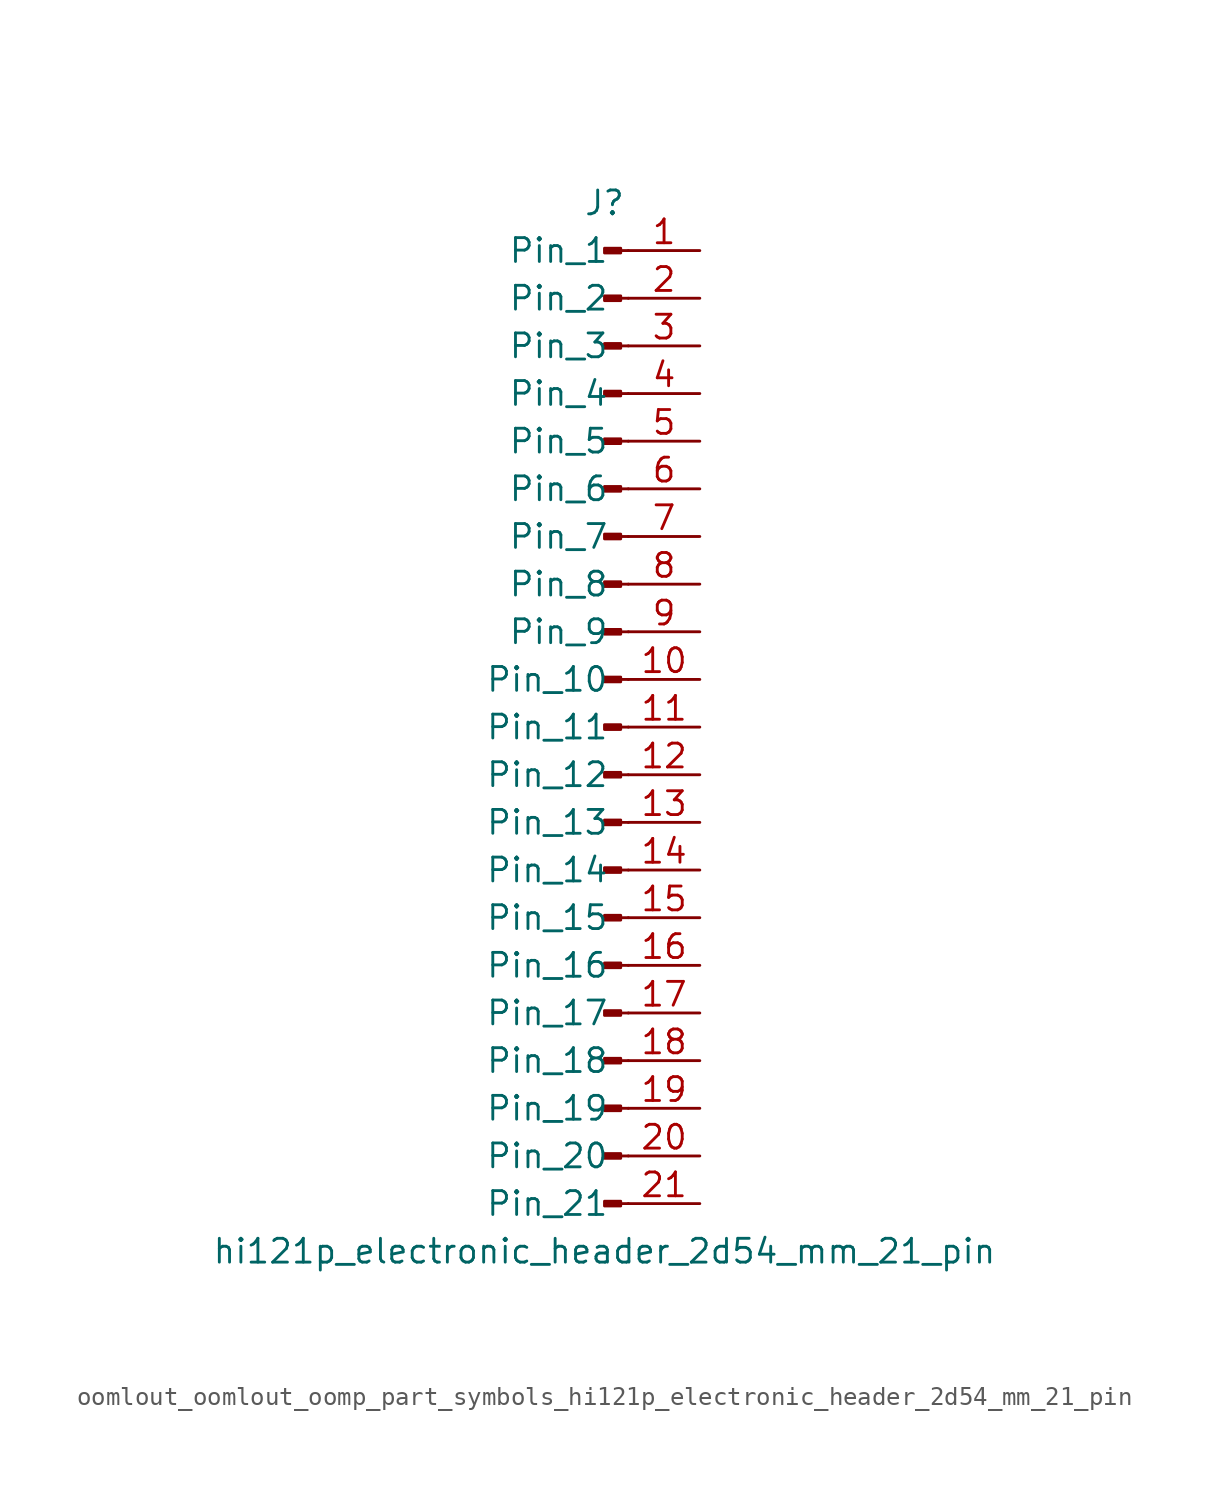
<source format=kicad_sym>
(kicad_symbol_lib
  (version 20220914)
  (generator kicad_symbol_editor)
  (symbol "oomlout_oomlout_oomp_part_symbols_hi121p_electronic_header_2d54_mm_21_pin"
    (pin_names
      (offset 1.016))
    (property "Reference" "J"
      (at 0 27.94 0)
      (effects (font (size 1.27 1.27))))
    (property "Value" "hi121p_electronic_header_2d54_mm_21_pin"
      (at 0 -27.94 0)
      (effects (font (size 1.27 1.27))))
    (property "ki_locked" ""
      (at 0 0 0)
      (effects (font (size 1.27 1.27))))
    (symbol "oomlout_oomlout_oomp_part_symbols_hi121p_electronic_header_2d54_mm_21_pin_1_1"
      (polyline (pts (xy 1.27 -25.4) (xy 0.864 -25.4)) (stroke (width 0.152) (type default)) (fill (type none)))
      (polyline (pts (xy 1.27 -22.86) (xy 0.864 -22.86)) (stroke (width 0.152) (type default)) (fill (type none)))
      (polyline (pts (xy 1.27 -20.32) (xy 0.864 -20.32)) (stroke (width 0.152) (type default)) (fill (type none)))
      (polyline (pts (xy 1.27 -17.78) (xy 0.864 -17.78)) (stroke (width 0.152) (type default)) (fill (type none)))
      (polyline (pts (xy 1.27 -15.24) (xy 0.864 -15.24)) (stroke (width 0.152) (type default)) (fill (type none)))
      (polyline (pts (xy 1.27 -12.7) (xy 0.864 -12.7)) (stroke (width 0.152) (type default)) (fill (type none)))
      (polyline (pts (xy 1.27 -10.16) (xy 0.864 -10.16)) (stroke (width 0.152) (type default)) (fill (type none)))
      (polyline (pts (xy 1.27 -7.62) (xy 0.864 -7.62)) (stroke (width 0.152) (type default)) (fill (type none)))
      (polyline (pts (xy 1.27 -5.08) (xy 0.864 -5.08)) (stroke (width 0.152) (type default)) (fill (type none)))
      (polyline (pts (xy 1.27 -2.54) (xy 0.864 -2.54)) (stroke (width 0.152) (type default)) (fill (type none)))
      (polyline (pts (xy 1.27 0) (xy 0.864 0)) (stroke (width 0.152) (type default)) (fill (type none)))
      (polyline (pts (xy 1.27 2.54) (xy 0.864 2.54)) (stroke (width 0.152) (type default)) (fill (type none)))
      (polyline (pts (xy 1.27 5.08) (xy 0.864 5.08)) (stroke (width 0.152) (type default)) (fill (type none)))
      (polyline (pts (xy 1.27 7.62) (xy 0.864 7.62)) (stroke (width 0.152) (type default)) (fill (type none)))
      (polyline (pts (xy 1.27 10.16) (xy 0.864 10.16)) (stroke (width 0.152) (type default)) (fill (type none)))
      (polyline (pts (xy 1.27 12.7) (xy 0.864 12.7)) (stroke (width 0.152) (type default)) (fill (type none)))
      (polyline (pts (xy 1.27 15.24) (xy 0.864 15.24)) (stroke (width 0.152) (type default)) (fill (type none)))
      (polyline (pts (xy 1.27 17.78) (xy 0.864 17.78)) (stroke (width 0.152) (type default)) (fill (type none)))
      (polyline (pts (xy 1.27 20.32) (xy 0.864 20.32)) (stroke (width 0.152) (type default)) (fill (type none)))
      (polyline (pts (xy 1.27 22.86) (xy 0.864 22.86)) (stroke (width 0.152) (type default)) (fill (type none)))
      (polyline (pts (xy 1.27 25.4) (xy 0.864 25.4)) (stroke (width 0.152) (type default)) (fill (type none)))
      (rectangle (start 0.864 -25.273) (end 0 -25.527) (stroke (width 0.152) (type default)) (fill (type outline)))
      (rectangle (start 0.864 -22.733) (end 0 -22.987) (stroke (width 0.152) (type default)) (fill (type outline)))
      (rectangle (start 0.864 -20.193) (end 0 -20.447) (stroke (width 0.152) (type default)) (fill (type outline)))
      (rectangle (start 0.864 -17.653) (end 0 -17.907) (stroke (width 0.152) (type default)) (fill (type outline)))
      (rectangle (start 0.864 -15.113) (end 0 -15.367) (stroke (width 0.152) (type default)) (fill (type outline)))
      (rectangle (start 0.864 -12.573) (end 0 -12.827) (stroke (width 0.152) (type default)) (fill (type outline)))
      (rectangle (start 0.864 -10.033) (end 0 -10.287) (stroke (width 0.152) (type default)) (fill (type outline)))
      (rectangle (start 0.864 -7.493) (end 0 -7.747) (stroke (width 0.152) (type default)) (fill (type outline)))
      (rectangle (start 0.864 -4.953) (end 0 -5.207) (stroke (width 0.152) (type default)) (fill (type outline)))
      (rectangle (start 0.864 -2.413) (end 0 -2.667) (stroke (width 0.152) (type default)) (fill (type outline)))
      (rectangle (start 0.864 0.127) (end 0 -0.127) (stroke (width 0.152) (type default)) (fill (type outline)))
      (rectangle (start 0.864 2.667) (end 0 2.413) (stroke (width 0.152) (type default)) (fill (type outline)))
      (rectangle (start 0.864 5.207) (end 0 4.953) (stroke (width 0.152) (type default)) (fill (type outline)))
      (rectangle (start 0.864 7.747) (end 0 7.493) (stroke (width 0.152) (type default)) (fill (type outline)))
      (rectangle (start 0.864 10.287) (end 0 10.033) (stroke (width 0.152) (type default)) (fill (type outline)))
      (rectangle (start 0.864 12.827) (end 0 12.573) (stroke (width 0.152) (type default)) (fill (type outline)))
      (rectangle (start 0.864 15.367) (end 0 15.113) (stroke (width 0.152) (type default)) (fill (type outline)))
      (rectangle (start 0.864 17.907) (end 0 17.653) (stroke (width 0.152) (type default)) (fill (type outline)))
      (rectangle (start 0.864 20.447) (end 0 20.193) (stroke (width 0.152) (type default)) (fill (type outline)))
      (rectangle (start 0.864 22.987) (end 0 22.733) (stroke (width 0.152) (type default)) (fill (type outline)))
      (rectangle (start 0.864 25.527) (end 0 25.273) (stroke (width 0.152) (type default)) (fill (type outline)))
      (pin passive line (at 5.08 25.4 180) (length 3.81) (name "Pin_1" (effects (font (size 1.27 1.27)))) (number "1" (effects (font (size 1.27 1.27)))))
      (pin passive line (at 5.08 2.54 180) (length 3.81) (name "Pin_10" (effects (font (size 1.27 1.27)))) (number "10" (effects (font (size 1.27 1.27)))))
      (pin passive line (at 5.08 0 180) (length 3.81) (name "Pin_11" (effects (font (size 1.27 1.27)))) (number "11" (effects (font (size 1.27 1.27)))))
      (pin passive line (at 5.08 -2.54 180) (length 3.81) (name "Pin_12" (effects (font (size 1.27 1.27)))) (number "12" (effects (font (size 1.27 1.27)))))
      (pin passive line (at 5.08 -5.08 180) (length 3.81) (name "Pin_13" (effects (font (size 1.27 1.27)))) (number "13" (effects (font (size 1.27 1.27)))))
      (pin passive line (at 5.08 -7.62 180) (length 3.81) (name "Pin_14" (effects (font (size 1.27 1.27)))) (number "14" (effects (font (size 1.27 1.27)))))
      (pin passive line (at 5.08 -10.16 180) (length 3.81) (name "Pin_15" (effects (font (size 1.27 1.27)))) (number "15" (effects (font (size 1.27 1.27)))))
      (pin passive line (at 5.08 -12.7 180) (length 3.81) (name "Pin_16" (effects (font (size 1.27 1.27)))) (number "16" (effects (font (size 1.27 1.27)))))
      (pin passive line (at 5.08 -15.24 180) (length 3.81) (name "Pin_17" (effects (font (size 1.27 1.27)))) (number "17" (effects (font (size 1.27 1.27)))))
      (pin passive line (at 5.08 -17.78 180) (length 3.81) (name "Pin_18" (effects (font (size 1.27 1.27)))) (number "18" (effects (font (size 1.27 1.27)))))
      (pin passive line (at 5.08 -20.32 180) (length 3.81) (name "Pin_19" (effects (font (size 1.27 1.27)))) (number "19" (effects (font (size 1.27 1.27)))))
      (pin passive line (at 5.08 22.86 180) (length 3.81) (name "Pin_2" (effects (font (size 1.27 1.27)))) (number "2" (effects (font (size 1.27 1.27)))))
      (pin passive line (at 5.08 -22.86 180) (length 3.81) (name "Pin_20" (effects (font (size 1.27 1.27)))) (number "20" (effects (font (size 1.27 1.27)))))
      (pin passive line (at 5.08 -25.4 180) (length 3.81) (name "Pin_21" (effects (font (size 1.27 1.27)))) (number "21" (effects (font (size 1.27 1.27)))))
      (pin passive line (at 5.08 20.32 180) (length 3.81) (name "Pin_3" (effects (font (size 1.27 1.27)))) (number "3" (effects (font (size 1.27 1.27)))))
      (pin passive line (at 5.08 17.78 180) (length 3.81) (name "Pin_4" (effects (font (size 1.27 1.27)))) (number "4" (effects (font (size 1.27 1.27)))))
      (pin passive line (at 5.08 15.24 180) (length 3.81) (name "Pin_5" (effects (font (size 1.27 1.27)))) (number "5" (effects (font (size 1.27 1.27)))))
      (pin passive line (at 5.08 12.7 180) (length 3.81) (name "Pin_6" (effects (font (size 1.27 1.27)))) (number "6" (effects (font (size 1.27 1.27)))))
      (pin passive line (at 5.08 10.16 180) (length 3.81) (name "Pin_7" (effects (font (size 1.27 1.27)))) (number "7" (effects (font (size 1.27 1.27)))))
      (pin passive line (at 5.08 7.62 180) (length 3.81) (name "Pin_8" (effects (font (size 1.27 1.27)))) (number "8" (effects (font (size 1.27 1.27)))))
      (pin passive line (at 5.08 5.08 180) (length 3.81) (name "Pin_9" (effects (font (size 1.27 1.27)))) (number "9" (effects (font (size 1.27 1.27))))))))
</source>
